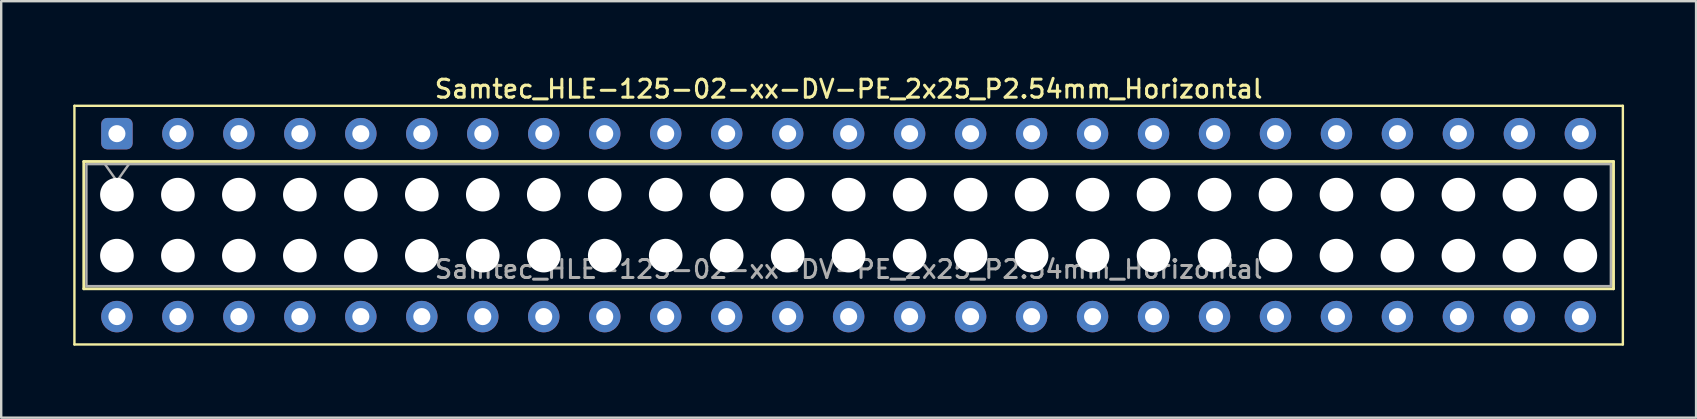
<source format=kicad_pcb>
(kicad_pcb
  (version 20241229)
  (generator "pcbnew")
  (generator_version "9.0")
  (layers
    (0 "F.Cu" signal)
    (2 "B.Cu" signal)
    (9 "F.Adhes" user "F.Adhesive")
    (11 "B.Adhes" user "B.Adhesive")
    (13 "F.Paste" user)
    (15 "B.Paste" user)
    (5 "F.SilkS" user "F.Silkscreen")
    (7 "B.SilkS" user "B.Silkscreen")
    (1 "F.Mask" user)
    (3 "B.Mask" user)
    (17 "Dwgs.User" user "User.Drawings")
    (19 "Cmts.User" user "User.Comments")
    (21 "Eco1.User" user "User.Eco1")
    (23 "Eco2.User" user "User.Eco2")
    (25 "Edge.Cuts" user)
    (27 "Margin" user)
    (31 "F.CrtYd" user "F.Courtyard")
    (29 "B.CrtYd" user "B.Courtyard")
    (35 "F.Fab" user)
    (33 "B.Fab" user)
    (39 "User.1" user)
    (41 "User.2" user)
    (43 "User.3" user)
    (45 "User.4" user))
  (footprint "Samtec_HLE-125-02-xx-DV-PE_2x25_P2.54mm_Horizontal"
    (layer "F.Cu")
    (at 1.82 2.518)
    (property "Reference" "Samtec_HLE-125-02-xx-DV-PE_2x25_P2.54mm_Horizontal" (at 30.48 -1.86 0) (layer "F.SilkS") (effects (font (size 0.75 0.75) (thickness 0.125))))
    (attr through_hole)
    (fp_line (start -1.77 -1.16) (end 62.73 -1.16) (stroke (width 0.1) (type solid)) (layer "F.SilkS"))
    (fp_line (start -1.77 8.78) (end -1.77 -1.16) (stroke (width 0.1) (type solid)) (layer "F.SilkS"))
    (fp_line (start -1.38 1.16) (end 62.34 1.16) (stroke (width 0.12) (type solid)) (layer "F.SilkS"))
    (fp_line (start -1.38 6.46) (end -1.38 1.16) (stroke (width 0.12) (type solid)) (layer "F.SilkS"))
    (fp_line (start 62.34 1.16) (end 62.34 6.46) (stroke (width 0.12) (type solid)) (layer "F.SilkS"))
    (fp_line (start 62.34 6.46) (end -1.38 6.46) (stroke (width 0.12) (type solid)) (layer "F.SilkS"))
    (fp_line (start 62.73 -1.16) (end 62.73 8.78) (stroke (width 0.1) (type solid)) (layer "F.SilkS"))
    (fp_line (start 62.73 8.78) (end -1.77 8.78) (stroke (width 0.1) (type solid)) (layer "F.SilkS"))
    (fp_line (start -1.27 1.27) (end 62.23 1.27) (stroke (width 0.1) (type solid)) (layer "F.Fab"))
    (fp_line (start -1.27 6.35) (end -1.27 1.27) (stroke (width 0.1) (type solid)) (layer "F.Fab"))
    (fp_line (start -0.5 1.27) (end 0 1.977) (stroke (width 0.1) (type solid)) (layer "F.Fab"))
    (fp_line (start 0 1.977) (end 0.5 1.27) (stroke (width 0.1) (type solid)) (layer "F.Fab"))
    (fp_line (start 62.23 1.27) (end 62.23 6.35) (stroke (width 0.1) (type solid)) (layer "F.Fab"))
    (fp_line (start 62.23 6.35) (end -1.27 6.35) (stroke (width 0.1) (type solid)) (layer "F.Fab"))
    (fp_text user "${REFERENCE}" (at 30.48 5.65 0) (layer "F.Fab") (effects (font (size 0.75 0.75) (thickness 0.125))))
    (pad "" np_thru_hole circle (at 0 2.54) (size 1.4 1.4) (drill 1.4) (layers "*.Cu" "*.Mask"))
    (pad "" np_thru_hole circle (at 0 5.08) (size 1.4 1.4) (drill 1.4) (layers "*.Cu" "*.Mask"))
    (pad "" np_thru_hole circle (at 2.54 2.54) (size 1.4 1.4) (drill 1.4) (layers "*.Cu" "*.Mask"))
    (pad "" np_thru_hole circle (at 2.54 5.08) (size 1.4 1.4) (drill 1.4) (layers "*.Cu" "*.Mask"))
    (pad "" np_thru_hole circle (at 5.08 2.54) (size 1.4 1.4) (drill 1.4) (layers "*.Cu" "*.Mask"))
    (pad "" np_thru_hole circle (at 5.08 5.08) (size 1.4 1.4) (drill 1.4) (layers "*.Cu" "*.Mask"))
    (pad "" np_thru_hole circle (at 7.62 2.54) (size 1.4 1.4) (drill 1.4) (layers "*.Cu" "*.Mask"))
    (pad "" np_thru_hole circle (at 7.62 5.08) (size 1.4 1.4) (drill 1.4) (layers "*.Cu" "*.Mask"))
    (pad "" np_thru_hole circle (at 10.16 2.54) (size 1.4 1.4) (drill 1.4) (layers "*.Cu" "*.Mask"))
    (pad "" np_thru_hole circle (at 10.16 5.08) (size 1.4 1.4) (drill 1.4) (layers "*.Cu" "*.Mask"))
    (pad "" np_thru_hole circle (at 12.7 2.54) (size 1.4 1.4) (drill 1.4) (layers "*.Cu" "*.Mask"))
    (pad "" np_thru_hole circle (at 12.7 5.08) (size 1.4 1.4) (drill 1.4) (layers "*.Cu" "*.Mask"))
    (pad "" np_thru_hole circle (at 15.24 2.54) (size 1.4 1.4) (drill 1.4) (layers "*.Cu" "*.Mask"))
    (pad "" np_thru_hole circle (at 15.24 5.08) (size 1.4 1.4) (drill 1.4) (layers "*.Cu" "*.Mask"))
    (pad "" np_thru_hole circle (at 17.78 2.54) (size 1.4 1.4) (drill 1.4) (layers "*.Cu" "*.Mask"))
    (pad "" np_thru_hole circle (at 17.78 5.08) (size 1.4 1.4) (drill 1.4) (layers "*.Cu" "*.Mask"))
    (pad "" np_thru_hole circle (at 20.32 2.54) (size 1.4 1.4) (drill 1.4) (layers "*.Cu" "*.Mask"))
    (pad "" np_thru_hole circle (at 20.32 5.08) (size 1.4 1.4) (drill 1.4) (layers "*.Cu" "*.Mask"))
    (pad "" np_thru_hole circle (at 22.86 2.54) (size 1.4 1.4) (drill 1.4) (layers "*.Cu" "*.Mask"))
    (pad "" np_thru_hole circle (at 22.86 5.08) (size 1.4 1.4) (drill 1.4) (layers "*.Cu" "*.Mask"))
    (pad "" np_thru_hole circle (at 25.4 2.54) (size 1.4 1.4) (drill 1.4) (layers "*.Cu" "*.Mask"))
    (pad "" np_thru_hole circle (at 25.4 5.08) (size 1.4 1.4) (drill 1.4) (layers "*.Cu" "*.Mask"))
    (pad "" np_thru_hole circle (at 27.94 2.54) (size 1.4 1.4) (drill 1.4) (layers "*.Cu" "*.Mask"))
    (pad "" np_thru_hole circle (at 27.94 5.08) (size 1.4 1.4) (drill 1.4) (layers "*.Cu" "*.Mask"))
    (pad "" np_thru_hole circle (at 30.48 2.54) (size 1.4 1.4) (drill 1.4) (layers "*.Cu" "*.Mask"))
    (pad "" np_thru_hole circle (at 30.48 5.08) (size 1.4 1.4) (drill 1.4) (layers "*.Cu" "*.Mask"))
    (pad "" np_thru_hole circle (at 33.02 2.54) (size 1.4 1.4) (drill 1.4) (layers "*.Cu" "*.Mask"))
    (pad "" np_thru_hole circle (at 33.02 5.08) (size 1.4 1.4) (drill 1.4) (layers "*.Cu" "*.Mask"))
    (pad "" np_thru_hole circle (at 35.56 2.54) (size 1.4 1.4) (drill 1.4) (layers "*.Cu" "*.Mask"))
    (pad "" np_thru_hole circle (at 35.56 5.08) (size 1.4 1.4) (drill 1.4) (layers "*.Cu" "*.Mask"))
    (pad "" np_thru_hole circle (at 38.1 2.54) (size 1.4 1.4) (drill 1.4) (layers "*.Cu" "*.Mask"))
    (pad "" np_thru_hole circle (at 38.1 5.08) (size 1.4 1.4) (drill 1.4) (layers "*.Cu" "*.Mask"))
    (pad "" np_thru_hole circle (at 40.64 2.54) (size 1.4 1.4) (drill 1.4) (layers "*.Cu" "*.Mask"))
    (pad "" np_thru_hole circle (at 40.64 5.08) (size 1.4 1.4) (drill 1.4) (layers "*.Cu" "*.Mask"))
    (pad "" np_thru_hole circle (at 43.18 2.54) (size 1.4 1.4) (drill 1.4) (layers "*.Cu" "*.Mask"))
    (pad "" np_thru_hole circle (at 43.18 5.08) (size 1.4 1.4) (drill 1.4) (layers "*.Cu" "*.Mask"))
    (pad "" np_thru_hole circle (at 45.72 2.54) (size 1.4 1.4) (drill 1.4) (layers "*.Cu" "*.Mask"))
    (pad "" np_thru_hole circle (at 45.72 5.08) (size 1.4 1.4) (drill 1.4) (layers "*.Cu" "*.Mask"))
    (pad "" np_thru_hole circle (at 48.26 2.54) (size 1.4 1.4) (drill 1.4) (layers "*.Cu" "*.Mask"))
    (pad "" np_thru_hole circle (at 48.26 5.08) (size 1.4 1.4) (drill 1.4) (layers "*.Cu" "*.Mask"))
    (pad "" np_thru_hole circle (at 50.8 2.54) (size 1.4 1.4) (drill 1.4) (layers "*.Cu" "*.Mask"))
    (pad "" np_thru_hole circle (at 50.8 5.08) (size 1.4 1.4) (drill 1.4) (layers "*.Cu" "*.Mask"))
    (pad "" np_thru_hole circle (at 53.34 2.54) (size 1.4 1.4) (drill 1.4) (layers "*.Cu" "*.Mask"))
    (pad "" np_thru_hole circle (at 53.34 5.08) (size 1.4 1.4) (drill 1.4) (layers "*.Cu" "*.Mask"))
    (pad "" np_thru_hole circle (at 55.88 2.54) (size 1.4 1.4) (drill 1.4) (layers "*.Cu" "*.Mask"))
    (pad "" np_thru_hole circle (at 55.88 5.08) (size 1.4 1.4) (drill 1.4) (layers "*.Cu" "*.Mask"))
    (pad "" np_thru_hole circle (at 58.42 2.54) (size 1.4 1.4) (drill 1.4) (layers "*.Cu" "*.Mask"))
    (pad "" np_thru_hole circle (at 58.42 5.08) (size 1.4 1.4) (drill 1.4) (layers "*.Cu" "*.Mask"))
    (pad "" np_thru_hole circle (at 60.96 2.54) (size 1.4 1.4) (drill 1.4) (layers "*.Cu" "*.Mask"))
    (pad "" np_thru_hole circle (at 60.96 5.08) (size 1.4 1.4) (drill 1.4) (layers "*.Cu" "*.Mask"))
    (pad "1" thru_hole roundrect (at 0 0) (size 1.31 1.31) (drill 0.71) (layers "*.Cu" "*.Mask") (roundrect_rratio 0.191))
    (pad "2" thru_hole circle (at 0 7.62) (size 1.31 1.31) (drill 0.71) (layers "*.Cu" "*.Mask"))
    (pad "3" thru_hole circle (at 2.54 0) (size 1.31 1.31) (drill 0.71) (layers "*.Cu" "*.Mask"))
    (pad "4" thru_hole circle (at 2.54 7.62) (size 1.31 1.31) (drill 0.71) (layers "*.Cu" "*.Mask"))
    (pad "5" thru_hole circle (at 5.08 0) (size 1.31 1.31) (drill 0.71) (layers "*.Cu" "*.Mask"))
    (pad "6" thru_hole circle (at 5.08 7.62) (size 1.31 1.31) (drill 0.71) (layers "*.Cu" "*.Mask"))
    (pad "7" thru_hole circle (at 7.62 0) (size 1.31 1.31) (drill 0.71) (layers "*.Cu" "*.Mask"))
    (pad "8" thru_hole circle (at 7.62 7.62) (size 1.31 1.31) (drill 0.71) (layers "*.Cu" "*.Mask"))
    (pad "9" thru_hole circle (at 10.16 0) (size 1.31 1.31) (drill 0.71) (layers "*.Cu" "*.Mask"))
    (pad "10" thru_hole circle (at 10.16 7.62) (size 1.31 1.31) (drill 0.71) (layers "*.Cu" "*.Mask"))
    (pad "11" thru_hole circle (at 12.7 0) (size 1.31 1.31) (drill 0.71) (layers "*.Cu" "*.Mask"))
    (pad "12" thru_hole circle (at 12.7 7.62) (size 1.31 1.31) (drill 0.71) (layers "*.Cu" "*.Mask"))
    (pad "13" thru_hole circle (at 15.24 0) (size 1.31 1.31) (drill 0.71) (layers "*.Cu" "*.Mask"))
    (pad "14" thru_hole circle (at 15.24 7.62) (size 1.31 1.31) (drill 0.71) (layers "*.Cu" "*.Mask"))
    (pad "15" thru_hole circle (at 17.78 0) (size 1.31 1.31) (drill 0.71) (layers "*.Cu" "*.Mask"))
    (pad "16" thru_hole circle (at 17.78 7.62) (size 1.31 1.31) (drill 0.71) (layers "*.Cu" "*.Mask"))
    (pad "17" thru_hole circle (at 20.32 0) (size 1.31 1.31) (drill 0.71) (layers "*.Cu" "*.Mask"))
    (pad "18" thru_hole circle (at 20.32 7.62) (size 1.31 1.31) (drill 0.71) (layers "*.Cu" "*.Mask"))
    (pad "19" thru_hole circle (at 22.86 0) (size 1.31 1.31) (drill 0.71) (layers "*.Cu" "*.Mask"))
    (pad "20" thru_hole circle (at 22.86 7.62) (size 1.31 1.31) (drill 0.71) (layers "*.Cu" "*.Mask"))
    (pad "21" thru_hole circle (at 25.4 0) (size 1.31 1.31) (drill 0.71) (layers "*.Cu" "*.Mask"))
    (pad "22" thru_hole circle (at 25.4 7.62) (size 1.31 1.31) (drill 0.71) (layers "*.Cu" "*.Mask"))
    (pad "23" thru_hole circle (at 27.94 0) (size 1.31 1.31) (drill 0.71) (layers "*.Cu" "*.Mask"))
    (pad "24" thru_hole circle (at 27.94 7.62) (size 1.31 1.31) (drill 0.71) (layers "*.Cu" "*.Mask"))
    (pad "25" thru_hole circle (at 30.48 0) (size 1.31 1.31) (drill 0.71) (layers "*.Cu" "*.Mask"))
    (pad "26" thru_hole circle (at 30.48 7.62) (size 1.31 1.31) (drill 0.71) (layers "*.Cu" "*.Mask"))
    (pad "27" thru_hole circle (at 33.02 0) (size 1.31 1.31) (drill 0.71) (layers "*.Cu" "*.Mask"))
    (pad "28" thru_hole circle (at 33.02 7.62) (size 1.31 1.31) (drill 0.71) (layers "*.Cu" "*.Mask"))
    (pad "29" thru_hole circle (at 35.56 0) (size 1.31 1.31) (drill 0.71) (layers "*.Cu" "*.Mask"))
    (pad "30" thru_hole circle (at 35.56 7.62) (size 1.31 1.31) (drill 0.71) (layers "*.Cu" "*.Mask"))
    (pad "31" thru_hole circle (at 38.1 0) (size 1.31 1.31) (drill 0.71) (layers "*.Cu" "*.Mask"))
    (pad "32" thru_hole circle (at 38.1 7.62) (size 1.31 1.31) (drill 0.71) (layers "*.Cu" "*.Mask"))
    (pad "33" thru_hole circle (at 40.64 0) (size 1.31 1.31) (drill 0.71) (layers "*.Cu" "*.Mask"))
    (pad "34" thru_hole circle (at 40.64 7.62) (size 1.31 1.31) (drill 0.71) (layers "*.Cu" "*.Mask"))
    (pad "35" thru_hole circle (at 43.18 0) (size 1.31 1.31) (drill 0.71) (layers "*.Cu" "*.Mask"))
    (pad "36" thru_hole circle (at 43.18 7.62) (size 1.31 1.31) (drill 0.71) (layers "*.Cu" "*.Mask"))
    (pad "37" thru_hole circle (at 45.72 0) (size 1.31 1.31) (drill 0.71) (layers "*.Cu" "*.Mask"))
    (pad "38" thru_hole circle (at 45.72 7.62) (size 1.31 1.31) (drill 0.71) (layers "*.Cu" "*.Mask"))
    (pad "39" thru_hole circle (at 48.26 0) (size 1.31 1.31) (drill 0.71) (layers "*.Cu" "*.Mask"))
    (pad "40" thru_hole circle (at 48.26 7.62) (size 1.31 1.31) (drill 0.71) (layers "*.Cu" "*.Mask"))
    (pad "41" thru_hole circle (at 50.8 0) (size 1.31 1.31) (drill 0.71) (layers "*.Cu" "*.Mask"))
    (pad "42" thru_hole circle (at 50.8 7.62) (size 1.31 1.31) (drill 0.71) (layers "*.Cu" "*.Mask"))
    (pad "43" thru_hole circle (at 53.34 0) (size 1.31 1.31) (drill 0.71) (layers "*.Cu" "*.Mask"))
    (pad "44" thru_hole circle (at 53.34 7.62) (size 1.31 1.31) (drill 0.71) (layers "*.Cu" "*.Mask"))
    (pad "45" thru_hole circle (at 55.88 0) (size 1.31 1.31) (drill 0.71) (layers "*.Cu" "*.Mask"))
    (pad "46" thru_hole circle (at 55.88 7.62) (size 1.31 1.31) (drill 0.71) (layers "*.Cu" "*.Mask"))
    (pad "47" thru_hole circle (at 58.42 0) (size 1.31 1.31) (drill 0.71) (layers "*.Cu" "*.Mask"))
    (pad "48" thru_hole circle (at 58.42 7.62) (size 1.31 1.31) (drill 0.71) (layers "*.Cu" "*.Mask"))
    (pad "49" thru_hole circle (at 60.96 0) (size 1.31 1.31) (drill 0.71) (layers "*.Cu" "*.Mask"))
    (pad "50" thru_hole circle (at 60.96 7.62) (size 1.31 1.31) (drill 0.71) (layers "*.Cu" "*.Mask")))
  (gr_rect
    (start -3 -3)
    (end 67.6 14.348)
    (stroke (width 0.1) (type default))
    (fill no)
    (layer "Edge.Cuts")))
</source>
